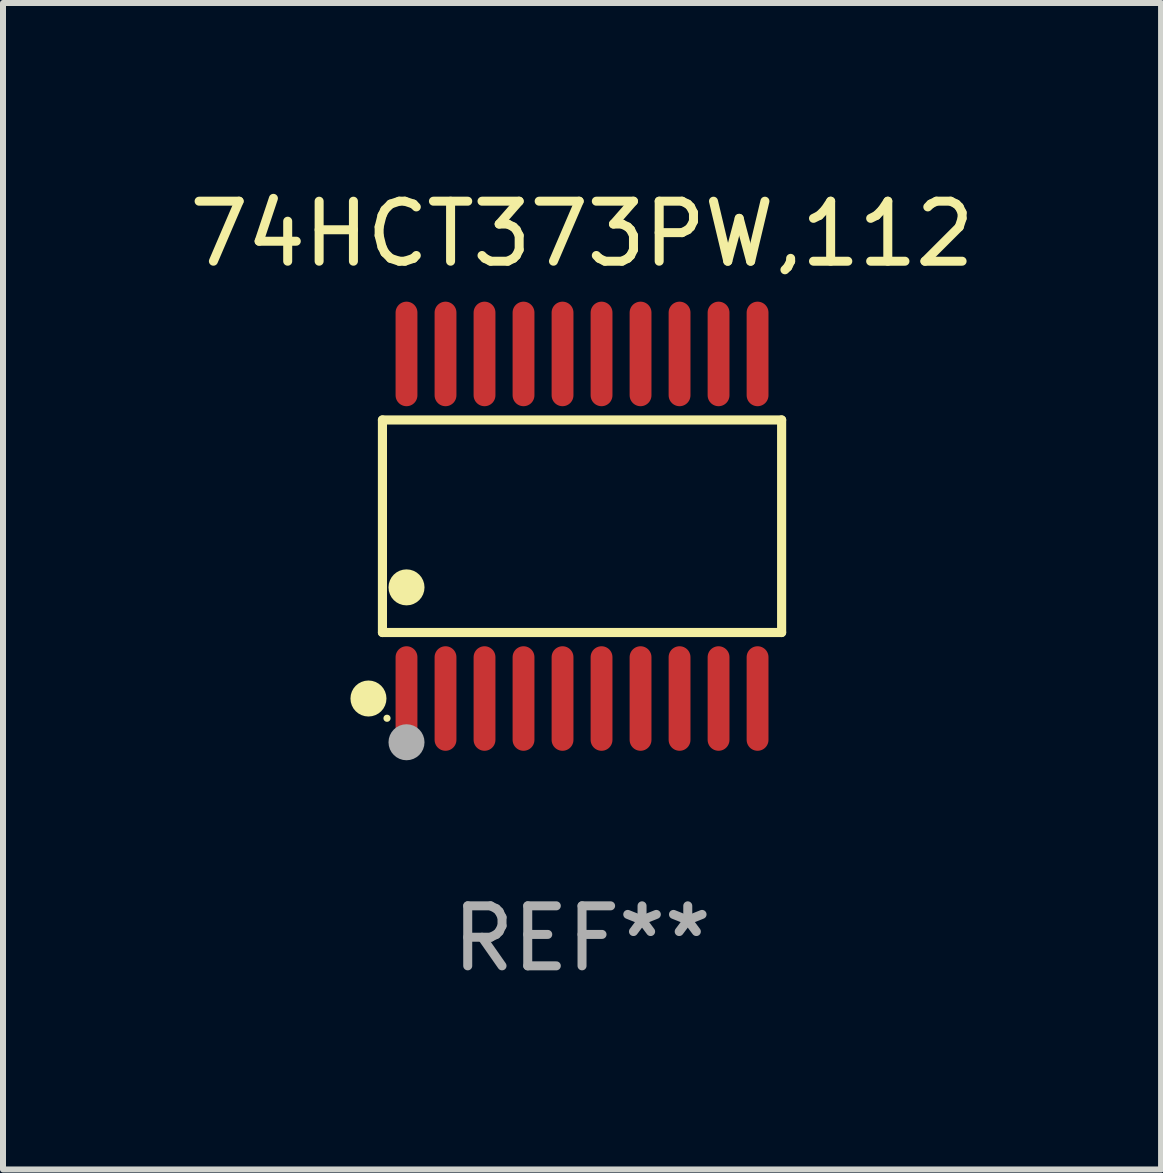
<source format=kicad_pcb>
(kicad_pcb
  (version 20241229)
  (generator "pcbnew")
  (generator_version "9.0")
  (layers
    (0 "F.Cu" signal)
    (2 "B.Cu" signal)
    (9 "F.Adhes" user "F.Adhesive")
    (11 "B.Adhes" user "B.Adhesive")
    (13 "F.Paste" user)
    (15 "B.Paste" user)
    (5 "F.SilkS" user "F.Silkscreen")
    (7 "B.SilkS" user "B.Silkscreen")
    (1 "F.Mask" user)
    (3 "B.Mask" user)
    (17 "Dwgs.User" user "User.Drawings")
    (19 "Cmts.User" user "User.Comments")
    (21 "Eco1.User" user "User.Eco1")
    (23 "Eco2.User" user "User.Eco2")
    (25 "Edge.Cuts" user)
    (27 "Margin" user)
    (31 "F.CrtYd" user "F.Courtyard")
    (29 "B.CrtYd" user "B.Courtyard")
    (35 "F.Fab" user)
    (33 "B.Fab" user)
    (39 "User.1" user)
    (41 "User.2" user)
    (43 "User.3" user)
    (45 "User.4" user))
  (footprint "74HCT373PW,112"
    (layer "F.Cu")
    (at 6.649 5.719)
    (property "Reference" "74HCT373PW,112" (at 0 -4.871 0) (layer "F.SilkS") (effects (font (size 1 1) (thickness 0.15))))
    (attr through_hole)
    (fp_line (start -3.326 -1.771) (end 3.326 -1.771) (stroke (width 0.152) (type solid)) (layer "F.SilkS"))
    (fp_line (start -3.326 1.771) (end -3.326 -1.771) (stroke (width 0.152) (type solid)) (layer "F.SilkS"))
    (fp_line (start 3.326 -1.771) (end 3.326 1.771) (stroke (width 0.152) (type solid)) (layer "F.SilkS"))
    (fp_line (start 3.326 1.771) (end -3.326 1.771) (stroke (width 0.152) (type solid)) (layer "F.SilkS"))
    (fp_circle (center -3.559 2.871) (end -3.409 2.871) (stroke (width 0.3) (type solid)) (fill no) (layer "F.SilkS"))
    (fp_circle (center -3.25 3.2) (end -3.22 3.2) (stroke (width 0.06) (type solid)) (fill no) (layer "F.SilkS"))
    (fp_circle (center -2.925 1.019) (end -2.775 1.019) (stroke (width 0.3) (type solid)) (fill no) (layer "F.SilkS"))
    (fp_circle (center -2.925 3.6) (end -2.775 3.6) (stroke (width 0.3) (type solid)) (fill no) (layer "F.Fab"))
    (fp_text user "REF**" (at 0 6.871 0) (layer "F.Fab") (effects (font (size 1 1) (thickness 0.15))))
    (pad "1" smd oval (at -2.925 2.871) (size 0.364 1.742) (layers "F.Cu" "F.Mask" "F.Paste"))
    (pad "2" smd oval (at -2.275 2.871) (size 0.364 1.742) (layers "F.Cu" "F.Mask" "F.Paste"))
    (pad "3" smd oval (at -1.625 2.871) (size 0.364 1.742) (layers "F.Cu" "F.Mask" "F.Paste"))
    (pad "4" smd oval (at -0.975 2.871) (size 0.364 1.742) (layers "F.Cu" "F.Mask" "F.Paste"))
    (pad "5" smd oval (at -0.325 2.871) (size 0.364 1.742) (layers "F.Cu" "F.Mask" "F.Paste"))
    (pad "6" smd oval (at 0.325 2.871) (size 0.364 1.742) (layers "F.Cu" "F.Mask" "F.Paste"))
    (pad "7" smd oval (at 0.975 2.871) (size 0.364 1.742) (layers "F.Cu" "F.Mask" "F.Paste"))
    (pad "8" smd oval (at 1.625 2.871) (size 0.364 1.742) (layers "F.Cu" "F.Mask" "F.Paste"))
    (pad "9" smd oval (at 2.275 2.871) (size 0.364 1.742) (layers "F.Cu" "F.Mask" "F.Paste"))
    (pad "10" smd oval (at 2.925 2.871) (size 0.364 1.742) (layers "F.Cu" "F.Mask" "F.Paste"))
    (pad "11" smd oval (at 2.925 -2.871) (size 0.364 1.742) (layers "F.Cu" "F.Mask" "F.Paste"))
    (pad "12" smd oval (at 2.275 -2.871) (size 0.364 1.742) (layers "F.Cu" "F.Mask" "F.Paste"))
    (pad "13" smd oval (at 1.625 -2.871) (size 0.364 1.742) (layers "F.Cu" "F.Mask" "F.Paste"))
    (pad "14" smd oval (at 0.975 -2.871) (size 0.364 1.742) (layers "F.Cu" "F.Mask" "F.Paste"))
    (pad "15" smd oval (at 0.325 -2.871) (size 0.364 1.742) (layers "F.Cu" "F.Mask" "F.Paste"))
    (pad "16" smd oval (at -0.325 -2.871) (size 0.364 1.742) (layers "F.Cu" "F.Mask" "F.Paste"))
    (pad "17" smd oval (at -0.975 -2.871) (size 0.364 1.742) (layers "F.Cu" "F.Mask" "F.Paste"))
    (pad "18" smd oval (at -1.625 -2.871) (size 0.364 1.742) (layers "F.Cu" "F.Mask" "F.Paste"))
    (pad "19" smd oval (at -2.275 -2.871) (size 0.364 1.742) (layers "F.Cu" "F.Mask" "F.Paste"))
    (pad "20" smd oval (at -2.925 -2.871) (size 0.364 1.742) (layers "F.Cu" "F.Mask" "F.Paste")))
  (gr_rect
    (start -3 -3)
    (end 16.298 16.438)
    (stroke (width 0.1) (type default))
    (fill no)
    (layer "Edge.Cuts")))
</source>
